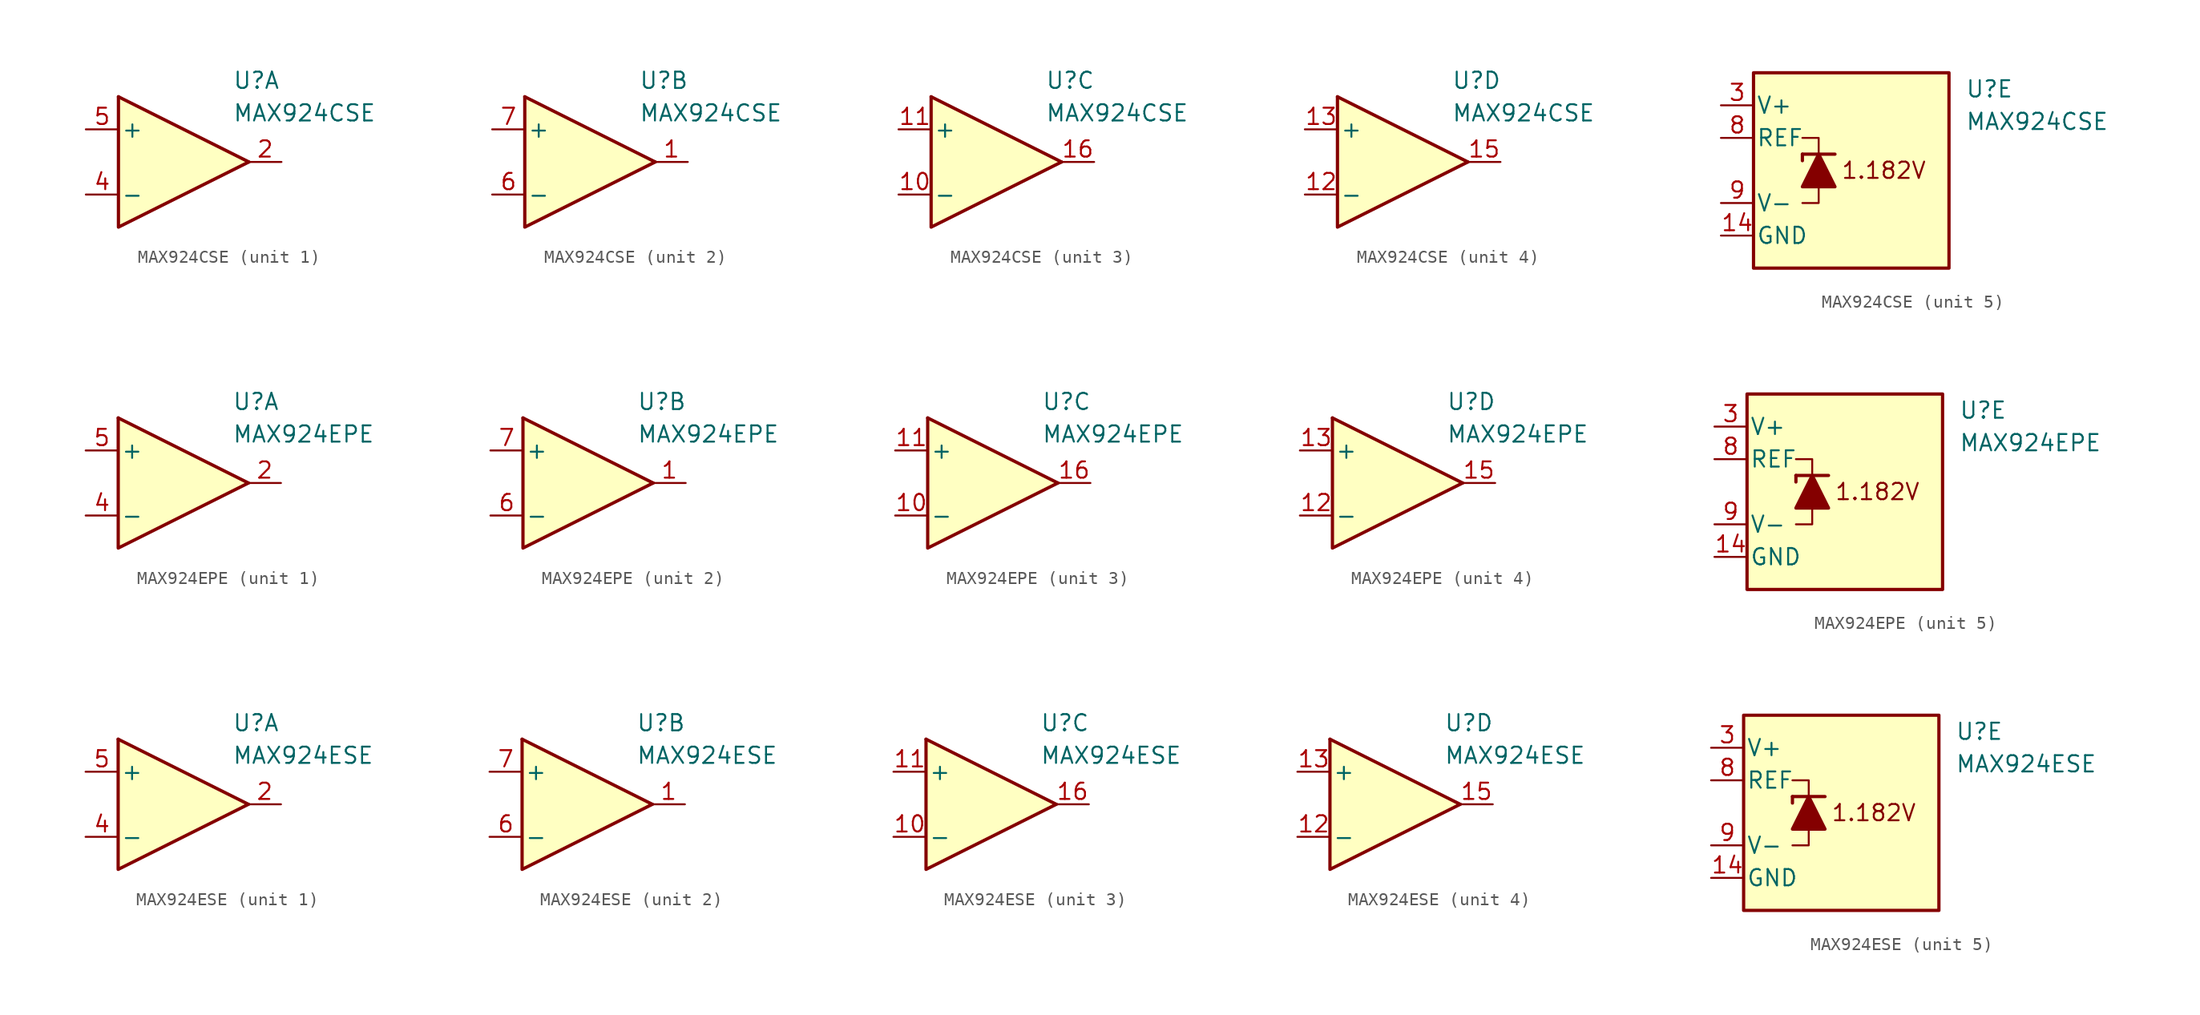
<source format=kicad_sym>
(kicad_symbol_lib
  (version 20231120)
  (generator "kicad_symbol_editor")
  (generator_version "8.0")
  (symbol "MAX924CSE"
    (pin_names
      (offset 0.2))
    (property "Reference" "U"
      (at 5.08 6.35 0)
      (effects (font (size 1.27 1.27)) (justify left)))
    (property "Value" "MAX924CSE"
      (at 5.08 3.81 0)
      (effects (font (size 1.27 1.27)) (justify left)))
    (property "ki_locked" ""
      (at 0 0 0)
      (effects (font (size 1.27 1.27))))
    (symbol "MAX924CSE_1_1"
      (polyline (pts (xy -3.81 5.08) (xy 6.35 0)) (stroke (width 0.254) (type default)) (fill (type none)))
      (polyline (pts (xy -3.81 5.08) (xy -3.81 -5.08) (xy 6.35 0)) (stroke (width 0.254) (type default)) (fill (type background)))
      (pin output line (at 8.89 0 180) (length 2.54) (name "~" (effects (font (size 1.27 1.27)))) (number "2" (effects (font (size 1.27 1.27)))))
      (pin input line (at -6.35 -2.54 0) (length 2.54) (name "-" (effects (font (size 1.27 1.27)))) (number "4" (effects (font (size 1.27 1.27)))))
      (pin input line (at -6.35 2.54 0) (length 2.54) (name "+" (effects (font (size 1.27 1.27)))) (number "5" (effects (font (size 1.27 1.27))))))
    (symbol "MAX924CSE_2_1"
      (polyline (pts (xy -3.81 5.08) (xy 6.35 0)) (stroke (width 0.254) (type default)) (fill (type none)))
      (polyline (pts (xy -3.81 5.08) (xy -3.81 -5.08) (xy 6.35 0)) (stroke (width 0.254) (type default)) (fill (type background)))
      (pin output line (at 8.89 0 180) (length 2.54) (name "~" (effects (font (size 1.27 1.27)))) (number "1" (effects (font (size 1.27 1.27)))))
      (pin input line (at -6.35 -2.54 0) (length 2.54) (name "-" (effects (font (size 1.27 1.27)))) (number "6" (effects (font (size 1.27 1.27)))))
      (pin input line (at -6.35 2.54 0) (length 2.54) (name "+" (effects (font (size 1.27 1.27)))) (number "7" (effects (font (size 1.27 1.27))))))
    (symbol "MAX924CSE_3_1"
      (polyline (pts (xy -3.81 5.08) (xy 6.35 0)) (stroke (width 0.254) (type default)) (fill (type none)))
      (polyline (pts (xy -3.81 5.08) (xy -3.81 -5.08) (xy 6.35 0)) (stroke (width 0.254) (type default)) (fill (type background)))
      (pin input line (at -6.35 -2.54 0) (length 2.54) (name "-" (effects (font (size 1.27 1.27)))) (number "10" (effects (font (size 1.27 1.27)))))
      (pin input line (at -6.35 2.54 0) (length 2.54) (name "+" (effects (font (size 1.27 1.27)))) (number "11" (effects (font (size 1.27 1.27)))))
      (pin output line (at 8.89 0 180) (length 2.54) (name "~" (effects (font (size 1.27 1.27)))) (number "16" (effects (font (size 1.27 1.27))))))
    (symbol "MAX924CSE_4_1"
      (polyline (pts (xy -3.81 5.08) (xy 6.35 0)) (stroke (width 0.254) (type default)) (fill (type none)))
      (polyline (pts (xy -3.81 5.08) (xy -3.81 -5.08) (xy 6.35 0)) (stroke (width 0.254) (type default)) (fill (type background)))
      (pin input line (at -6.35 -2.54 0) (length 2.54) (name "-" (effects (font (size 1.27 1.27)))) (number "12" (effects (font (size 1.27 1.27)))))
      (pin input line (at -6.35 2.54 0) (length 2.54) (name "+" (effects (font (size 1.27 1.27)))) (number "13" (effects (font (size 1.27 1.27)))))
      (pin output line (at 8.89 0 180) (length 2.54) (name "~" (effects (font (size 1.27 1.27)))) (number "15" (effects (font (size 1.27 1.27))))))
    (symbol "MAX924CSE_5_0"
      (text "1.182V" (at -1.27 0 0) (effects (font (size 1.27 1.27)))))
    (symbol "MAX924CSE_5_1"
      (rectangle (start -11.43 7.62) (end 3.81 -7.62) (stroke (width 0.254) (type default)) (fill (type background)))
      (polyline (pts (xy -7.62 1.27) (xy -7.62 0.762)) (stroke (width 0.254) (type default)) (fill (type none)))
      (polyline (pts (xy -7.62 1.27) (xy -5.08 1.27)) (stroke (width 0.254) (type default)) (fill (type none)))
      (polyline (pts (xy -6.35 -1.27) (xy -6.35 -2.54) (xy -7.62 -2.54)) (stroke (width 0) (type default)) (fill (type none)))
      (polyline (pts (xy -6.35 1.27) (xy -6.35 2.54) (xy -7.62 2.54)) (stroke (width 0) (type default)) (fill (type none)))
      (polyline (pts (xy -5.08 -1.27) (xy -7.62 -1.27) (xy -6.35 1.27) (xy -5.08 -1.27)) (stroke (width 0.254) (type default)) (fill (type outline)))
      (pin power_in line (at -13.97 -5.08 0) (length 2.54) (name "GND" (effects (font (size 1.27 1.27)))) (number "14" (effects (font (size 1.27 1.27)))))
      (pin power_in line (at -13.97 5.08 0) (length 2.54) (name "V+" (effects (font (size 1.27 1.27)))) (number "3" (effects (font (size 1.27 1.27)))))
      (pin output line (at -13.97 2.54 0) (length 2.54) (name "REF" (effects (font (size 1.27 1.27)))) (number "8" (effects (font (size 1.27 1.27)))))
      (pin power_in line (at -13.97 -2.54 0) (length 2.54) (name "V-" (effects (font (size 1.27 1.27)))) (number "9" (effects (font (size 1.27 1.27)))))))
  (symbol "MAX924EPE"
    (pin_names
      (offset 0.2))
    (property "Reference" "U"
      (at 5.08 6.35 0)
      (effects (font (size 1.27 1.27)) (justify left)))
    (property "Value" "MAX924EPE"
      (at 5.08 3.81 0)
      (effects (font (size 1.27 1.27)) (justify left)))
    (property "ki_locked" ""
      (at 0 0 0)
      (effects (font (size 1.27 1.27))))
    (symbol "MAX924EPE_1_1"
      (polyline (pts (xy -3.81 5.08) (xy 6.35 0)) (stroke (width 0.254) (type default)) (fill (type none)))
      (polyline (pts (xy -3.81 5.08) (xy -3.81 -5.08) (xy 6.35 0)) (stroke (width 0.254) (type default)) (fill (type background)))
      (pin output line (at 8.89 0 180) (length 2.54) (name "~" (effects (font (size 1.27 1.27)))) (number "2" (effects (font (size 1.27 1.27)))))
      (pin input line (at -6.35 -2.54 0) (length 2.54) (name "-" (effects (font (size 1.27 1.27)))) (number "4" (effects (font (size 1.27 1.27)))))
      (pin input line (at -6.35 2.54 0) (length 2.54) (name "+" (effects (font (size 1.27 1.27)))) (number "5" (effects (font (size 1.27 1.27))))))
    (symbol "MAX924EPE_2_1"
      (polyline (pts (xy -3.81 5.08) (xy 6.35 0)) (stroke (width 0.254) (type default)) (fill (type none)))
      (polyline (pts (xy -3.81 5.08) (xy -3.81 -5.08) (xy 6.35 0)) (stroke (width 0.254) (type default)) (fill (type background)))
      (pin output line (at 8.89 0 180) (length 2.54) (name "~" (effects (font (size 1.27 1.27)))) (number "1" (effects (font (size 1.27 1.27)))))
      (pin input line (at -6.35 -2.54 0) (length 2.54) (name "-" (effects (font (size 1.27 1.27)))) (number "6" (effects (font (size 1.27 1.27)))))
      (pin input line (at -6.35 2.54 0) (length 2.54) (name "+" (effects (font (size 1.27 1.27)))) (number "7" (effects (font (size 1.27 1.27))))))
    (symbol "MAX924EPE_3_1"
      (polyline (pts (xy -3.81 5.08) (xy 6.35 0)) (stroke (width 0.254) (type default)) (fill (type none)))
      (polyline (pts (xy -3.81 5.08) (xy -3.81 -5.08) (xy 6.35 0)) (stroke (width 0.254) (type default)) (fill (type background)))
      (pin input line (at -6.35 -2.54 0) (length 2.54) (name "-" (effects (font (size 1.27 1.27)))) (number "10" (effects (font (size 1.27 1.27)))))
      (pin input line (at -6.35 2.54 0) (length 2.54) (name "+" (effects (font (size 1.27 1.27)))) (number "11" (effects (font (size 1.27 1.27)))))
      (pin output line (at 8.89 0 180) (length 2.54) (name "~" (effects (font (size 1.27 1.27)))) (number "16" (effects (font (size 1.27 1.27))))))
    (symbol "MAX924EPE_4_1"
      (polyline (pts (xy -3.81 5.08) (xy 6.35 0)) (stroke (width 0.254) (type default)) (fill (type none)))
      (polyline (pts (xy -3.81 5.08) (xy -3.81 -5.08) (xy 6.35 0)) (stroke (width 0.254) (type default)) (fill (type background)))
      (pin input line (at -6.35 -2.54 0) (length 2.54) (name "-" (effects (font (size 1.27 1.27)))) (number "12" (effects (font (size 1.27 1.27)))))
      (pin input line (at -6.35 2.54 0) (length 2.54) (name "+" (effects (font (size 1.27 1.27)))) (number "13" (effects (font (size 1.27 1.27)))))
      (pin output line (at 8.89 0 180) (length 2.54) (name "~" (effects (font (size 1.27 1.27)))) (number "15" (effects (font (size 1.27 1.27))))))
    (symbol "MAX924EPE_5_0"
      (text "1.182V" (at -1.27 0 0) (effects (font (size 1.27 1.27)))))
    (symbol "MAX924EPE_5_1"
      (rectangle (start -11.43 7.62) (end 3.81 -7.62) (stroke (width 0.254) (type default)) (fill (type background)))
      (polyline (pts (xy -7.62 1.27) (xy -7.62 0.762)) (stroke (width 0.254) (type default)) (fill (type none)))
      (polyline (pts (xy -7.62 1.27) (xy -5.08 1.27)) (stroke (width 0.254) (type default)) (fill (type none)))
      (polyline (pts (xy -6.35 -1.27) (xy -6.35 -2.54) (xy -7.62 -2.54)) (stroke (width 0) (type default)) (fill (type none)))
      (polyline (pts (xy -6.35 1.27) (xy -6.35 2.54) (xy -7.62 2.54)) (stroke (width 0) (type default)) (fill (type none)))
      (polyline (pts (xy -5.08 -1.27) (xy -7.62 -1.27) (xy -6.35 1.27) (xy -5.08 -1.27)) (stroke (width 0.254) (type default)) (fill (type outline)))
      (pin power_in line (at -13.97 -5.08 0) (length 2.54) (name "GND" (effects (font (size 1.27 1.27)))) (number "14" (effects (font (size 1.27 1.27)))))
      (pin power_in line (at -13.97 5.08 0) (length 2.54) (name "V+" (effects (font (size 1.27 1.27)))) (number "3" (effects (font (size 1.27 1.27)))))
      (pin output line (at -13.97 2.54 0) (length 2.54) (name "REF" (effects (font (size 1.27 1.27)))) (number "8" (effects (font (size 1.27 1.27)))))
      (pin power_in line (at -13.97 -2.54 0) (length 2.54) (name "V-" (effects (font (size 1.27 1.27)))) (number "9" (effects (font (size 1.27 1.27)))))))
  (symbol "MAX924ESE"
    (pin_names
      (offset 0.2))
    (property "Reference" "U"
      (at 5.08 6.35 0)
      (effects (font (size 1.27 1.27)) (justify left)))
    (property "Value" "MAX924ESE"
      (at 5.08 3.81 0)
      (effects (font (size 1.27 1.27)) (justify left)))
    (property "ki_locked" ""
      (at 0 0 0)
      (effects (font (size 1.27 1.27))))
    (symbol "MAX924ESE_1_1"
      (polyline (pts (xy -3.81 5.08) (xy 6.35 0)) (stroke (width 0.254) (type default)) (fill (type none)))
      (polyline (pts (xy -3.81 5.08) (xy -3.81 -5.08) (xy 6.35 0)) (stroke (width 0.254) (type default)) (fill (type background)))
      (pin output line (at 8.89 0 180) (length 2.54) (name "~" (effects (font (size 1.27 1.27)))) (number "2" (effects (font (size 1.27 1.27)))))
      (pin input line (at -6.35 -2.54 0) (length 2.54) (name "-" (effects (font (size 1.27 1.27)))) (number "4" (effects (font (size 1.27 1.27)))))
      (pin input line (at -6.35 2.54 0) (length 2.54) (name "+" (effects (font (size 1.27 1.27)))) (number "5" (effects (font (size 1.27 1.27))))))
    (symbol "MAX924ESE_2_1"
      (polyline (pts (xy -3.81 5.08) (xy 6.35 0)) (stroke (width 0.254) (type default)) (fill (type none)))
      (polyline (pts (xy -3.81 5.08) (xy -3.81 -5.08) (xy 6.35 0)) (stroke (width 0.254) (type default)) (fill (type background)))
      (pin output line (at 8.89 0 180) (length 2.54) (name "~" (effects (font (size 1.27 1.27)))) (number "1" (effects (font (size 1.27 1.27)))))
      (pin input line (at -6.35 -2.54 0) (length 2.54) (name "-" (effects (font (size 1.27 1.27)))) (number "6" (effects (font (size 1.27 1.27)))))
      (pin input line (at -6.35 2.54 0) (length 2.54) (name "+" (effects (font (size 1.27 1.27)))) (number "7" (effects (font (size 1.27 1.27))))))
    (symbol "MAX924ESE_3_1"
      (polyline (pts (xy -3.81 5.08) (xy 6.35 0)) (stroke (width 0.254) (type default)) (fill (type none)))
      (polyline (pts (xy -3.81 5.08) (xy -3.81 -5.08) (xy 6.35 0)) (stroke (width 0.254) (type default)) (fill (type background)))
      (pin input line (at -6.35 -2.54 0) (length 2.54) (name "-" (effects (font (size 1.27 1.27)))) (number "10" (effects (font (size 1.27 1.27)))))
      (pin input line (at -6.35 2.54 0) (length 2.54) (name "+" (effects (font (size 1.27 1.27)))) (number "11" (effects (font (size 1.27 1.27)))))
      (pin output line (at 8.89 0 180) (length 2.54) (name "~" (effects (font (size 1.27 1.27)))) (number "16" (effects (font (size 1.27 1.27))))))
    (symbol "MAX924ESE_4_1"
      (polyline (pts (xy -3.81 5.08) (xy 6.35 0)) (stroke (width 0.254) (type default)) (fill (type none)))
      (polyline (pts (xy -3.81 5.08) (xy -3.81 -5.08) (xy 6.35 0)) (stroke (width 0.254) (type default)) (fill (type background)))
      (pin input line (at -6.35 -2.54 0) (length 2.54) (name "-" (effects (font (size 1.27 1.27)))) (number "12" (effects (font (size 1.27 1.27)))))
      (pin input line (at -6.35 2.54 0) (length 2.54) (name "+" (effects (font (size 1.27 1.27)))) (number "13" (effects (font (size 1.27 1.27)))))
      (pin output line (at 8.89 0 180) (length 2.54) (name "~" (effects (font (size 1.27 1.27)))) (number "15" (effects (font (size 1.27 1.27))))))
    (symbol "MAX924ESE_5_0"
      (text "1.182V" (at -1.27 0 0) (effects (font (size 1.27 1.27)))))
    (symbol "MAX924ESE_5_1"
      (rectangle (start -11.43 7.62) (end 3.81 -7.62) (stroke (width 0.254) (type default)) (fill (type background)))
      (polyline (pts (xy -7.62 1.27) (xy -7.62 0.762)) (stroke (width 0.254) (type default)) (fill (type none)))
      (polyline (pts (xy -7.62 1.27) (xy -5.08 1.27)) (stroke (width 0.254) (type default)) (fill (type none)))
      (polyline (pts (xy -6.35 -1.27) (xy -6.35 -2.54) (xy -7.62 -2.54)) (stroke (width 0) (type default)) (fill (type none)))
      (polyline (pts (xy -6.35 1.27) (xy -6.35 2.54) (xy -7.62 2.54)) (stroke (width 0) (type default)) (fill (type none)))
      (polyline (pts (xy -5.08 -1.27) (xy -7.62 -1.27) (xy -6.35 1.27) (xy -5.08 -1.27)) (stroke (width 0.254) (type default)) (fill (type outline)))
      (pin power_in line (at -13.97 -5.08 0) (length 2.54) (name "GND" (effects (font (size 1.27 1.27)))) (number "14" (effects (font (size 1.27 1.27)))))
      (pin power_in line (at -13.97 5.08 0) (length 2.54) (name "V+" (effects (font (size 1.27 1.27)))) (number "3" (effects (font (size 1.27 1.27)))))
      (pin output line (at -13.97 2.54 0) (length 2.54) (name "REF" (effects (font (size 1.27 1.27)))) (number "8" (effects (font (size 1.27 1.27)))))
      (pin power_in line (at -13.97 -2.54 0) (length 2.54) (name "V-" (effects (font (size 1.27 1.27)))) (number "9" (effects (font (size 1.27 1.27))))))))
</source>
